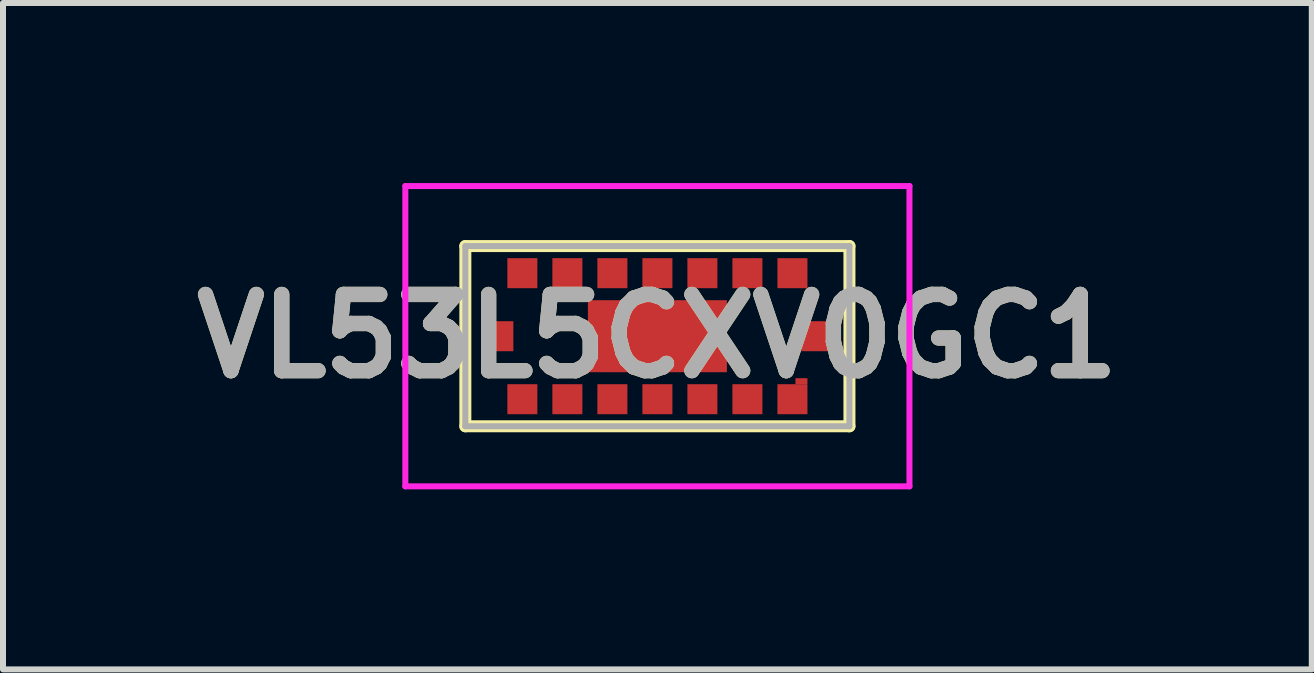
<source format=kicad_pcb>
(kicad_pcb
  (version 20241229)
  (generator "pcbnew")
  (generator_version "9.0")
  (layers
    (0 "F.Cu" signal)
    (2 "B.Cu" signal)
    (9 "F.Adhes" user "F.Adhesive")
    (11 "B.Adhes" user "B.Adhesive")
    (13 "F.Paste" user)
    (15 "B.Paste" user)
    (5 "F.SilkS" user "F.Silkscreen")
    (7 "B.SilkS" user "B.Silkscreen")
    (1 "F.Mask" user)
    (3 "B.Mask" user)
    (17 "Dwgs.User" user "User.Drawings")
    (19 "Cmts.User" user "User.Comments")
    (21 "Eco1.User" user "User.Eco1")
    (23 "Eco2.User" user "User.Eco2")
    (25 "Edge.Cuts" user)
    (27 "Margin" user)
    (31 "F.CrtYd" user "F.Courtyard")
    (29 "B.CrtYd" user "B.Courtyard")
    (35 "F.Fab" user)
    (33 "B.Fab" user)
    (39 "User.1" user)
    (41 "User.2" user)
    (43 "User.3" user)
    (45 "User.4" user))
  (footprint "VL53L5CXV0GC1"
    (layer "F.Cu")
    (at 7.904 2.552)
    (property "Reference" "VL53L5CXV0GC1" (at 0 0 0) (layer "F.SilkS") (effects (font (size 1.27 1.27) (thickness 0.254))))
    (attr smd)
    (fp_line (start -3.2 -1.502) (end 3.2 -1.502) (stroke (width 0.2) (type solid)) (layer "F.SilkS"))
    (fp_line (start -3.2 1.501) (end -3.2 -1.502) (stroke (width 0.2) (type solid)) (layer "F.SilkS"))
    (fp_line (start 3.2 -1.502) (end 3.2 1.501) (stroke (width 0.2) (type solid)) (layer "F.SilkS"))
    (fp_line (start 3.2 1.501) (end -3.2 1.501) (stroke (width 0.2) (type solid)) (layer "F.SilkS"))
    (fp_line (start -4.2 -2.502) (end 4.2 -2.502) (stroke (width 0.1) (type solid)) (layer "F.CrtYd"))
    (fp_line (start -4.2 2.502) (end -4.2 -2.502) (stroke (width 0.1) (type solid)) (layer "F.CrtYd"))
    (fp_line (start 4.2 -2.502) (end 4.2 2.502) (stroke (width 0.1) (type solid)) (layer "F.CrtYd"))
    (fp_line (start 4.2 2.502) (end -4.2 2.502) (stroke (width 0.1) (type solid)) (layer "F.CrtYd"))
    (fp_line (start -3.2 -1.502) (end 3.2 -1.502) (stroke (width 0.1) (type solid)) (layer "F.Fab"))
    (fp_line (start -3.2 1.501) (end -3.2 -1.502) (stroke (width 0.1) (type solid)) (layer "F.Fab"))
    (fp_line (start 3.2 -1.502) (end 3.2 1.501) (stroke (width 0.1) (type solid)) (layer "F.Fab"))
    (fp_line (start 3.2 1.501) (end -3.2 1.501) (stroke (width 0.1) (type solid)) (layer "F.Fab"))
    (fp_text user "${REFERENCE}" (at 0 0 0) (layer "F.Fab") (effects (font (size 1.27 1.27) (thickness 0.254))))
    (pad "A1" smd rect (at 2.25 1.05 90) (size 0.5 0.5) (layers "F.Cu" "F.Mask" "F.Paste"))
    (pad "A2" smd rect (at 1.5 1.05 90) (size 0.5 0.5) (layers "F.Cu" "F.Mask" "F.Paste"))
    (pad "A3" smd rect (at 0.75 1.05 90) (size 0.5 0.5) (layers "F.Cu" "F.Mask" "F.Paste"))
    (pad "A4" smd rect (at 0 1.05 90) (size 0.5 0.5) (layers "F.Cu" "F.Mask" "F.Paste"))
    (pad "A5" smd rect (at -0.75 1.05 90) (size 0.5 0.5) (layers "F.Cu" "F.Mask" "F.Paste"))
    (pad "A6" smd rect (at -1.5 1.05 90) (size 0.5 0.5) (layers "F.Cu" "F.Mask" "F.Paste"))
    (pad "A7" smd rect (at -2.25 1.05 90) (size 0.5 0.5) (layers "F.Cu" "F.Mask" "F.Paste"))
    (pad "A8" smd rect (at 2.4 0.75 90) (size 0.1 0.2) (layers "F.Cu" "F.Mask" "F.Paste"))
    (pad "B1" smd rect (at 2.65 0 90) (size 0.5 0.5) (layers "F.Cu" "F.Mask" "F.Paste"))
    (pad "B4" smd rect (at 0 0 90) (size 1.2 2.316) (layers "F.Cu" "F.Mask" "F.Paste"))
    (pad "B7" smd rect (at -2.65 0 90) (size 0.5 0.5) (layers "F.Cu" "F.Mask" "F.Paste"))
    (pad "C1" smd rect (at 2.25 -1.05 90) (size 0.5 0.5) (layers "F.Cu" "F.Mask" "F.Paste"))
    (pad "C2" smd rect (at 1.5 -1.05 90) (size 0.5 0.5) (layers "F.Cu" "F.Mask" "F.Paste"))
    (pad "C3" smd rect (at 0.75 -1.05 90) (size 0.5 0.5) (layers "F.Cu" "F.Mask" "F.Paste"))
    (pad "C4" smd rect (at 0 -1.05 90) (size 0.5 0.5) (layers "F.Cu" "F.Mask" "F.Paste"))
    (pad "C5" smd rect (at -0.75 -1.05 90) (size 0.5 0.5) (layers "F.Cu" "F.Mask" "F.Paste"))
    (pad "C6" smd rect (at -1.5 -1.05 90) (size 0.5 0.5) (layers "F.Cu" "F.Mask" "F.Paste"))
    (pad "C7" smd rect (at -2.25 -1.05 90) (size 0.5 0.5) (layers "F.Cu" "F.Mask" "F.Paste")))
  (gr_rect
    (start -3 -3)
    (end 18.808 8.104)
    (stroke (width 0.1) (type default))
    (fill no)
    (layer "Edge.Cuts")))
</source>
